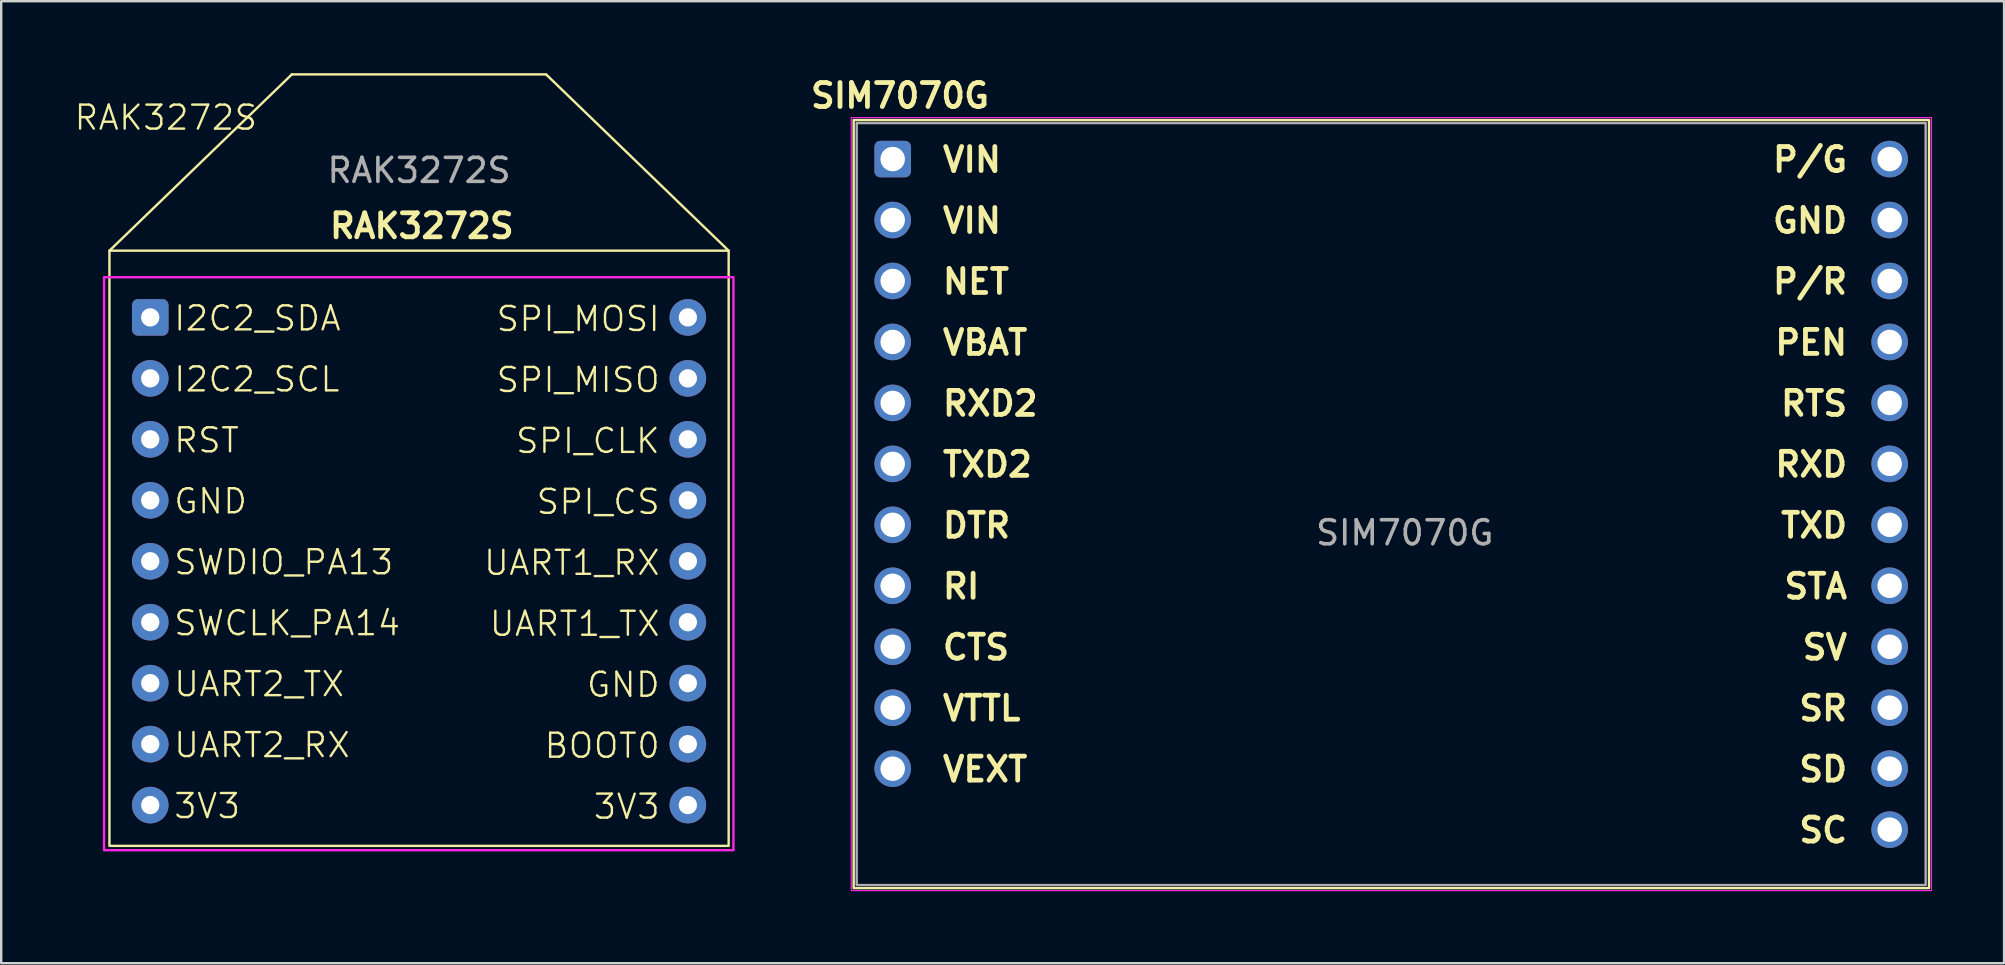
<source format=kicad_pcb>
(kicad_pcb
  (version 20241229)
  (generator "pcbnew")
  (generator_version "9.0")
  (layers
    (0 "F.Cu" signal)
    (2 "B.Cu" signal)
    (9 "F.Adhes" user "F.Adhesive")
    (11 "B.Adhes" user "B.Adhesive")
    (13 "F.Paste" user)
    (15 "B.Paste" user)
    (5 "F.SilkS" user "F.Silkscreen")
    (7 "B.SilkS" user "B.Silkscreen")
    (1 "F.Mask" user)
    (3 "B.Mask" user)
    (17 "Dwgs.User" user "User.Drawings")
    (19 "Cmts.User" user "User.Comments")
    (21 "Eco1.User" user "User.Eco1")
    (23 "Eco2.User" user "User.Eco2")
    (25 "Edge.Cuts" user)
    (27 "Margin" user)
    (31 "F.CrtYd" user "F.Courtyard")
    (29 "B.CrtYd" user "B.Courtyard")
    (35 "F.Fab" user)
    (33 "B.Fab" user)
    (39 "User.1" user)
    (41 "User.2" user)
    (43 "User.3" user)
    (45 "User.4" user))
  (footprint "RAK3272S"
    (layer "F.Cu")
    (at 3.235 10.175)
    (property "Reference" "RAK3272S" (at 0.625 -8.325 0) (unlocked yes) (layer "F.SilkS") (effects (font (size 1 1) (thickness 0.1))))
    (attr through_hole)
    (fp_line (start -1.725 -2.78) (end 5.875 -10.125) (stroke (width 0.1) (type solid)) (layer "F.SilkS"))
    (fp_line (start 5.875 -10.125) (end 16.469 -10.125) (stroke (width 0.1) (type default)) (layer "F.SilkS"))
    (fp_line (start 16.469 -10.125) (end 24.075 -2.78) (stroke (width 0.1) (type solid)) (layer "F.SilkS"))
    (fp_rect (start -1.725 -2.78) (end 24.075 22.02) (stroke (width 0.1) (type solid)) (fill no) (layer "F.SilkS"))
    (fp_rect (start -1.95 -1.675) (end 24.275 22.2) (stroke (width 0.1) (type solid)) (fill no) (layer "F.CrtYd"))
    (fp_text user "SWDIO_PA13" (at 0.9 10.785 0) (unlocked yes) (layer "F.SilkS") (effects (font (size 1 1) (thickness 0.1)) (justify left bottom)))
    (fp_text user "UART1_RX" (at 21.275 10.81 0) (unlocked yes) (layer "F.SilkS") (effects (font (size 1 1) (thickness 0.1)) (justify right bottom)))
    (fp_text user "SPI_MOSI" (at 21.275 0.65 0) (unlocked yes) (layer "F.SilkS") (effects (font (size 1 1) (thickness 0.1)) (justify right bottom)))
    (fp_text user "BOOT0" (at 21.275 18.43 0) (unlocked yes) (layer "F.SilkS") (effects (font (size 1 1) (thickness 0.1)) (justify right bottom)))
    (fp_text user "RAK3272S" (at 7.35 -3.225 0) (unlocked yes) (layer "F.SilkS") (effects (font (size 1 1) (thickness 0.2) (bold yes)) (justify left bottom)))
    (fp_text user "UART2_TX" (at 0.9 15.865 0) (unlocked yes) (layer "F.SilkS") (effects (font (size 1 1) (thickness 0.1)) (justify left bottom)))
    (fp_text user "SPI_MISO" (at 21.275 3.19 0) (unlocked yes) (layer "F.SilkS") (effects (font (size 1 1) (thickness 0.1)) (justify right bottom)))
    (fp_text user "UART1_TX" (at 21.275 13.35 0) (unlocked yes) (layer "F.SilkS") (effects (font (size 1 1) (thickness 0.1)) (justify right bottom)))
    (fp_text user "I2C2_SDA" (at 0.9 0.625 0) (unlocked yes) (layer "F.SilkS") (effects (font (size 1 1) (thickness 0.1)) (justify left bottom)))
    (fp_text user "RST" (at 0.9 5.705 0) (unlocked yes) (layer "F.SilkS") (effects (font (size 1 1) (thickness 0.1)) (justify left bottom)))
    (fp_text user "UART2_RX" (at 0.9 18.405 0) (unlocked yes) (layer "F.SilkS") (effects (font (size 1 1) (thickness 0.1)) (justify left bottom)))
    (fp_text user "3V3" (at 0.9 20.945 0) (unlocked yes) (layer "F.SilkS") (effects (font (size 1 1) (thickness 0.1)) (justify left bottom)))
    (fp_text user "GND" (at 0.9 8.245 0) (unlocked yes) (layer "F.SilkS") (effects (font (size 1 1) (thickness 0.1)) (justify left bottom)))
    (fp_text user "3V3" (at 21.275 20.97 0) (unlocked yes) (layer "F.SilkS") (effects (font (size 1 1) (thickness 0.1)) (justify right bottom)))
    (fp_text user "SPI_CS" (at 21.275 8.27 0) (unlocked yes) (layer "F.SilkS") (effects (font (size 1 1) (thickness 0.1)) (justify right bottom)))
    (fp_text user "I2C2_SCL" (at 0.9 3.165 0) (unlocked yes) (layer "F.SilkS") (effects (font (size 1 1) (thickness 0.1)) (justify left bottom)))
    (fp_text user "GND" (at 21.275 15.89 0) (unlocked yes) (layer "F.SilkS") (effects (font (size 1 1) (thickness 0.1)) (justify right bottom)))
    (fp_text user "SWCLK_PA14" (at 0.9 13.325 0) (unlocked yes) (layer "F.SilkS") (effects (font (size 1 1) (thickness 0.1)) (justify left bottom)))
    (fp_text user "SPI_CLK" (at 21.275 5.73 0) (unlocked yes) (layer "F.SilkS") (effects (font (size 1 1) (thickness 0.1)) (justify right bottom)))
    (fp_text user "${REFERENCE}" (at 11.175 -6.125 0) (unlocked yes) (layer "F.Fab") (effects (font (size 1 1) (thickness 0.15))))
    (pad "1" thru_hole roundrect (at -0.025 0) (size 1.524 1.524) (drill 0.762) (layers "*.Cu" "*.Mask") (roundrect_rratio 0.164))
    (pad "2" thru_hole circle (at -0.025 2.54) (size 1.524 1.524) (drill 0.762) (layers "*.Cu" "*.Mask"))
    (pad "3" thru_hole circle (at -0.025 5.08) (size 1.524 1.524) (drill 0.762) (layers "*.Cu" "*.Mask"))
    (pad "4" thru_hole circle (at -0.025 7.62) (size 1.524 1.524) (drill 0.762) (layers "*.Cu" "*.Mask"))
    (pad "5" thru_hole circle (at -0.025 10.16) (size 1.524 1.524) (drill 0.762) (layers "*.Cu" "*.Mask"))
    (pad "6" thru_hole circle (at -0.025 12.7) (size 1.524 1.524) (drill 0.762) (layers "*.Cu" "*.Mask"))
    (pad "7" thru_hole circle (at -0.025 15.24) (size 1.524 1.524) (drill 0.762) (layers "*.Cu" "*.Mask"))
    (pad "8" thru_hole circle (at -0.025 17.78) (size 1.524 1.524) (drill 0.762) (layers "*.Cu" "*.Mask"))
    (pad "9" thru_hole circle (at -0.025 20.32) (size 1.524 1.524) (drill 0.762) (layers "*.Cu" "*.Mask"))
    (pad "10" thru_hole circle (at 22.375 0) (size 1.524 1.524) (drill 0.762) (layers "*.Cu" "*.Mask"))
    (pad "11" thru_hole circle (at 22.375 2.54) (size 1.524 1.524) (drill 0.762) (layers "*.Cu" "*.Mask"))
    (pad "12" thru_hole circle (at 22.375 5.08) (size 1.524 1.524) (drill 0.762) (layers "*.Cu" "*.Mask"))
    (pad "13" thru_hole circle (at 22.375 7.62) (size 1.524 1.524) (drill 0.762) (layers "*.Cu" "*.Mask"))
    (pad "14" thru_hole circle (at 22.375 10.16) (size 1.524 1.524) (drill 0.762) (layers "*.Cu" "*.Mask"))
    (pad "15" thru_hole circle (at 22.375 12.7) (size 1.524 1.524) (drill 0.762) (layers "*.Cu" "*.Mask"))
    (pad "16" thru_hole circle (at 22.375 15.24) (size 1.524 1.524) (drill 0.762) (layers "*.Cu" "*.Mask"))
    (pad "17" thru_hole circle (at 22.375 17.78) (size 1.524 1.524) (drill 0.762) (layers "*.Cu" "*.Mask"))
    (pad "18" thru_hole circle (at 22.375 20.32) (size 1.524 1.524) (drill 0.762) (layers "*.Cu" "*.Mask")))
  (footprint "SIM7070G"
    (layer "F.Cu")
    (at 34.145 3.578)
    (property "Reference" "SIM7070G" (at 0.305 -2.642 0) (unlocked yes) (layer "F.SilkS") (effects (font (size 1 1) (thickness 0.2) (bold yes))))
    (attr through_hole)
    (fp_rect (start -1.626 -1.626) (end 43.18 30.378) (stroke (width 0.1) (type default)) (fill no) (layer "F.SilkS"))
    (fp_rect (start -1.727 -1.727) (end 43.282 30.48) (stroke (width 0.05) (type default)) (fill no) (layer "F.CrtYd"))
    (fp_rect (start -1.5 -1.5) (end 43.04 30.25) (stroke (width 0.1) (type default)) (fill no) (layer "F.Fab"))
    (fp_text user "CTS" (at 1.981 20.93 0) (unlocked yes) (layer "F.SilkS") (effects (font (size 1 1) (thickness 0.2) (bold yes)) (justify left bottom)))
    (fp_text user "STA" (at 39.878 18.39 0) (unlocked yes) (layer "F.SilkS") (effects (font (size 1 1) (thickness 0.2) (bold yes)) (justify right bottom)))
    (fp_text user "NET" (at 1.981 5.69 0) (unlocked yes) (layer "F.SilkS") (effects (font (size 1 1) (thickness 0.2) (bold yes)) (justify left bottom)))
    (fp_text user "VEXT" (at 1.981 26.01 0) (unlocked yes) (layer "F.SilkS") (effects (font (size 1 1) (thickness 0.2) (bold yes)) (justify left bottom)))
    (fp_text user "VTTL" (at 1.981 23.47 0) (unlocked yes) (layer "F.SilkS") (effects (font (size 1 1) (thickness 0.2) (bold yes)) (justify left bottom)))
    (fp_text user "P/R" (at 39.878 5.69 0) (unlocked yes) (layer "F.SilkS") (effects (font (size 1 1) (thickness 0.2) (bold yes)) (justify right bottom)))
    (fp_text user "VIN" (at 1.981 0.61 0) (unlocked yes) (layer "F.SilkS") (effects (font (size 1 1) (thickness 0.2) (bold yes)) (justify left bottom)))
    (fp_text user "SV" (at 39.878 20.93 0) (unlocked yes) (layer "F.SilkS") (effects (font (size 1 1) (thickness 0.2) (bold yes)) (justify right bottom)))
    (fp_text user "RXD" (at 39.878 13.31 0) (unlocked yes) (layer "F.SilkS") (effects (font (size 1 1) (thickness 0.2) (bold yes)) (justify right bottom)))
    (fp_text user "RI" (at 1.981 18.39 0) (unlocked yes) (layer "F.SilkS") (effects (font (size 1 1) (thickness 0.2) (bold yes)) (justify left bottom)))
    (fp_text user "SR" (at 39.878 23.47 0) (unlocked yes) (layer "F.SilkS") (effects (font (size 1 1) (thickness 0.2) (bold yes)) (justify right bottom)))
    (fp_text user "TXD2" (at 1.981 13.31 0) (unlocked yes) (layer "F.SilkS") (effects (font (size 1 1) (thickness 0.2) (bold yes)) (justify left bottom)))
    (fp_text user "P/G" (at 39.878 0.61 0) (unlocked yes) (layer "F.SilkS") (effects (font (size 1 1) (thickness 0.2) (bold yes)) (justify right bottom)))
    (fp_text user "VIN" (at 1.981 3.15 0) (unlocked yes) (layer "F.SilkS") (effects (font (size 1 1) (thickness 0.2) (bold yes)) (justify left bottom)))
    (fp_text user "SC" (at 39.878 28.55 0) (unlocked yes) (layer "F.SilkS") (effects (font (size 1 1) (thickness 0.2) (bold yes)) (justify right bottom)))
    (fp_text user "RTS" (at 39.878 10.77 0) (unlocked yes) (layer "F.SilkS") (effects (font (size 1 1) (thickness 0.2) (bold yes)) (justify right bottom)))
    (fp_text user "GND" (at 39.878 3.15 0) (unlocked yes) (layer "F.SilkS") (effects (font (size 1 1) (thickness 0.2) (bold yes)) (justify right bottom)))
    (fp_text user "VBAT" (at 1.981 8.23 0) (unlocked yes) (layer "F.SilkS") (effects (font (size 1 1) (thickness 0.2) (bold yes)) (justify left bottom)))
    (fp_text user "SD" (at 39.878 26.01 0) (unlocked yes) (layer "F.SilkS") (effects (font (size 1 1) (thickness 0.2) (bold yes)) (justify right bottom)))
    (fp_text user "PEN" (at 39.878 8.23 0) (unlocked yes) (layer "F.SilkS") (effects (font (size 1 1) (thickness 0.2) (bold yes)) (justify right bottom)))
    (fp_text user "DTR" (at 1.981 15.85 0) (unlocked yes) (layer "F.SilkS") (effects (font (size 1 1) (thickness 0.2) (bold yes)) (justify left bottom)))
    (fp_text user "RXD2" (at 1.981 10.77 0) (unlocked yes) (layer "F.SilkS") (effects (font (size 1 1) (thickness 0.2) (bold yes)) (justify left bottom)))
    (fp_text user "TXD" (at 39.878 15.85 0) (unlocked yes) (layer "F.SilkS") (effects (font (size 1 1) (thickness 0.2) (bold yes)) (justify right bottom)))
    (fp_text user "${REFERENCE}" (at 21.336 15.572 0) (unlocked yes) (layer "F.Fab") (effects (font (size 1 1) (thickness 0.15))))
    (pad "1" thru_hole roundrect (at 0 0) (size 1.524 1.524) (drill 1.02) (layers "*.Cu" "*.Mask") (roundrect_rratio 0.164))
    (pad "2" thru_hole circle (at 0 2.54) (size 1.524 1.524) (drill 1.02) (layers "*.Cu" "*.Mask"))
    (pad "3" thru_hole circle (at 0 5.08) (size 1.524 1.524) (drill 1.02) (layers "*.Cu" "*.Mask"))
    (pad "4" thru_hole circle (at 0 7.62) (size 1.524 1.524) (drill 1.02) (layers "*.Cu" "*.Mask"))
    (pad "5" thru_hole circle (at 0 10.16) (size 1.524 1.524) (drill 1.02) (layers "*.Cu" "*.Mask"))
    (pad "6" thru_hole circle (at 0 12.7) (size 1.524 1.524) (drill 1.02) (layers "*.Cu" "*.Mask"))
    (pad "7" thru_hole circle (at 0 15.24) (size 1.524 1.524) (drill 1.02) (layers "*.Cu" "*.Mask"))
    (pad "8" thru_hole circle (at 0 17.78) (size 1.524 1.524) (drill 1.02) (layers "*.Cu" "*.Mask"))
    (pad "9" thru_hole circle (at 0 20.32) (size 1.524 1.524) (drill 1.02) (layers "*.Cu" "*.Mask"))
    (pad "10" thru_hole circle (at 0 22.86) (size 1.524 1.524) (drill 1.02) (layers "*.Cu" "*.Mask"))
    (pad "11" thru_hole circle (at 0 25.4) (size 1.524 1.524) (drill 1.02) (layers "*.Cu" "*.Mask"))
    (pad "12" thru_hole circle (at 41.54 0) (size 1.524 1.524) (drill 1.02) (layers "*.Cu" "*.Mask"))
    (pad "13" thru_hole circle (at 41.54 2.54) (size 1.524 1.524) (drill 1.02) (layers "*.Cu" "*.Mask"))
    (pad "14" thru_hole circle (at 41.54 5.08) (size 1.524 1.524) (drill 1.02) (layers "*.Cu" "*.Mask"))
    (pad "15" thru_hole circle (at 41.54 7.62) (size 1.524 1.524) (drill 1.02) (layers "*.Cu" "*.Mask"))
    (pad "16" thru_hole circle (at 41.54 10.16) (size 1.524 1.524) (drill 1.02) (layers "*.Cu" "*.Mask"))
    (pad "17" thru_hole circle (at 41.54 12.7) (size 1.524 1.524) (drill 1.02) (layers "*.Cu" "*.Mask"))
    (pad "18" thru_hole circle (at 41.54 15.24) (size 1.524 1.524) (drill 1.02) (layers "*.Cu" "*.Mask"))
    (pad "19" thru_hole circle (at 41.54 17.78) (size 1.524 1.524) (drill 1.02) (layers "*.Cu" "*.Mask"))
    (pad "20" thru_hole circle (at 41.54 20.32) (size 1.524 1.524) (drill 1.02) (layers "*.Cu" "*.Mask"))
    (pad "21" thru_hole circle (at 41.54 22.86) (size 1.524 1.524) (drill 1.02) (layers "*.Cu" "*.Mask"))
    (pad "22" thru_hole circle (at 41.54 25.4) (size 1.524 1.524) (drill 1.02) (layers "*.Cu" "*.Mask"))
    (pad "23" thru_hole circle (at 41.54 27.94) (size 1.524 1.524) (drill 1.02) (layers "*.Cu" "*.Mask")))
  (gr_rect
    (start -3 -3)
    (end 80.452 37.083)
    (stroke (width 0.1) (type default))
    (fill no)
    (layer "Edge.Cuts")))
</source>
